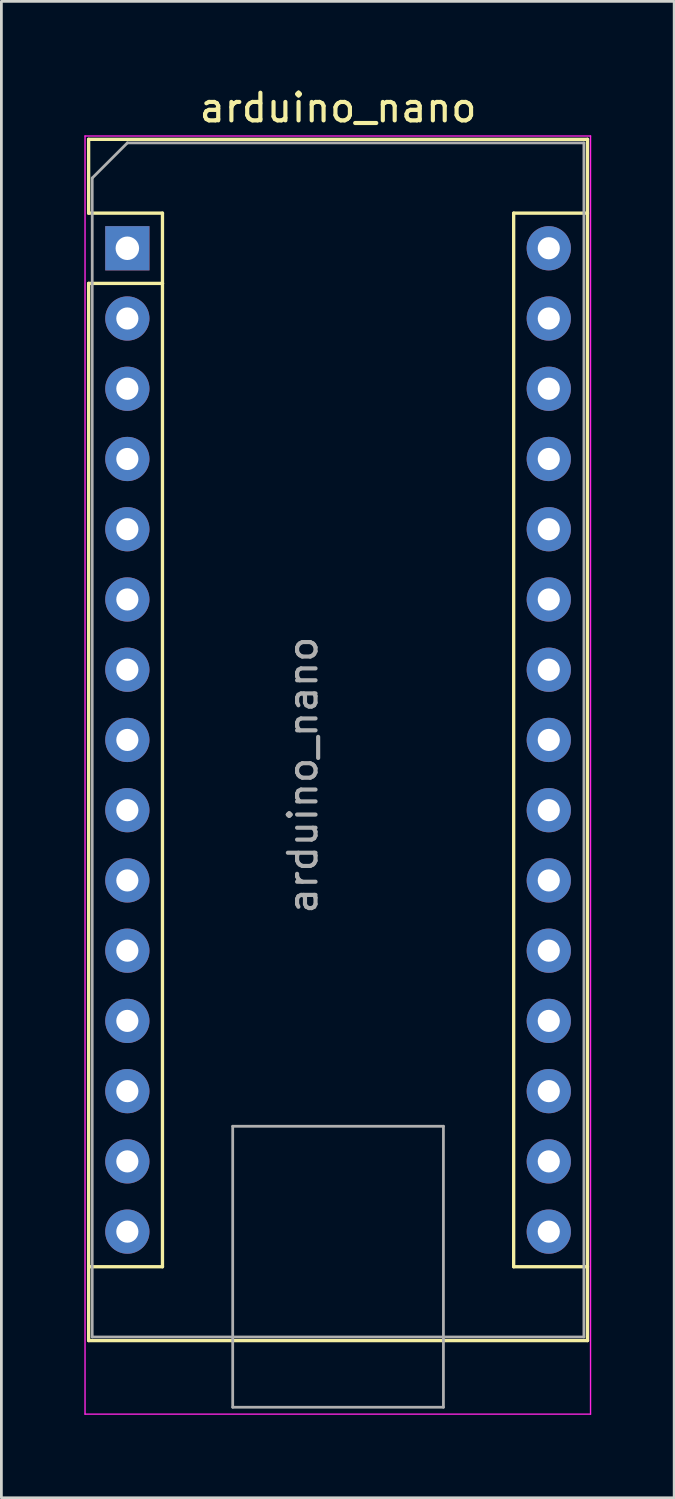
<source format=kicad_pcb>
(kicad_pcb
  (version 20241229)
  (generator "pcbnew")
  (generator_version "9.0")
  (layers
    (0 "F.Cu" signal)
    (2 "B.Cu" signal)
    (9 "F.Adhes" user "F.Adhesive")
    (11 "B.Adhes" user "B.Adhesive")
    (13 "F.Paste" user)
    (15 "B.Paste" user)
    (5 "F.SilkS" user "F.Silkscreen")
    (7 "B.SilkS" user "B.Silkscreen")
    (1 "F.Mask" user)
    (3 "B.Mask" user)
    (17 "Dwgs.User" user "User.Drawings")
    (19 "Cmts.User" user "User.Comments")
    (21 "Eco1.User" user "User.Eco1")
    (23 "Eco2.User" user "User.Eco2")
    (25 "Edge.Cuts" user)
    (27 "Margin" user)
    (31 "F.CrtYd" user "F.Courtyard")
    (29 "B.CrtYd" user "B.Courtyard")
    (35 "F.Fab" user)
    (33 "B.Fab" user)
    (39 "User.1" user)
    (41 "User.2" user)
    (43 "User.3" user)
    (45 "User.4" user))
  (footprint "arduino_nano"
    (layer "F.Cu")
    (at 1.555 5.928)
    (property "Reference" "arduino_nano" (at 7.62 -5.08 0) (layer "F.SilkS") (effects (font (size 1 1) (thickness 0.15))))
    (attr through_hole)
    (fp_line (start -1.4 -3.94) (end -1.4 -1.27) (stroke (width 0.12) (type solid)) (layer "F.SilkS"))
    (fp_line (start -1.4 1.27) (end -1.4 39.5) (stroke (width 0.12) (type solid)) (layer "F.SilkS"))
    (fp_line (start -1.4 39.5) (end 16.64 39.5) (stroke (width 0.12) (type solid)) (layer "F.SilkS"))
    (fp_line (start 1.27 -1.27) (end -1.4 -1.27) (stroke (width 0.12) (type solid)) (layer "F.SilkS"))
    (fp_line (start 1.27 1.27) (end -1.4 1.27) (stroke (width 0.12) (type solid)) (layer "F.SilkS"))
    (fp_line (start 1.27 1.27) (end 1.27 -1.27) (stroke (width 0.12) (type solid)) (layer "F.SilkS"))
    (fp_line (start 1.27 1.27) (end 1.27 36.83) (stroke (width 0.12) (type solid)) (layer "F.SilkS"))
    (fp_line (start 1.27 36.83) (end -1.4 36.83) (stroke (width 0.12) (type solid)) (layer "F.SilkS"))
    (fp_line (start 13.97 -1.27) (end 13.97 36.83) (stroke (width 0.12) (type solid)) (layer "F.SilkS"))
    (fp_line (start 13.97 -1.27) (end 16.64 -1.27) (stroke (width 0.12) (type solid)) (layer "F.SilkS"))
    (fp_line (start 13.97 36.83) (end 16.64 36.83) (stroke (width 0.12) (type solid)) (layer "F.SilkS"))
    (fp_line (start 16.64 -3.94) (end -1.4 -3.94) (stroke (width 0.12) (type solid)) (layer "F.SilkS"))
    (fp_line (start 16.64 39.5) (end 16.64 -3.94) (stroke (width 0.12) (type solid)) (layer "F.SilkS"))
    (fp_line (start -1.53 -4.06) (end -1.53 42.16) (stroke (width 0.05) (type solid)) (layer "F.CrtYd"))
    (fp_line (start -1.53 -4.06) (end 16.75 -4.06) (stroke (width 0.05) (type solid)) (layer "F.CrtYd"))
    (fp_line (start 16.75 42.16) (end -1.53 42.16) (stroke (width 0.05) (type solid)) (layer "F.CrtYd"))
    (fp_line (start 16.75 42.16) (end 16.75 -4.06) (stroke (width 0.05) (type solid)) (layer "F.CrtYd"))
    (fp_line (start -1.27 -2.54) (end 0 -3.81) (stroke (width 0.1) (type solid)) (layer "F.Fab"))
    (fp_line (start -1.27 39.37) (end -1.27 -2.54) (stroke (width 0.1) (type solid)) (layer "F.Fab"))
    (fp_line (start 0 -3.81) (end 16.51 -3.81) (stroke (width 0.1) (type solid)) (layer "F.Fab"))
    (fp_line (start 3.81 31.75) (end 11.43 31.75) (stroke (width 0.1) (type solid)) (layer "F.Fab"))
    (fp_line (start 3.81 41.91) (end 3.81 31.75) (stroke (width 0.1) (type solid)) (layer "F.Fab"))
    (fp_line (start 11.43 31.75) (end 11.43 41.91) (stroke (width 0.1) (type solid)) (layer "F.Fab"))
    (fp_line (start 11.43 41.91) (end 3.81 41.91) (stroke (width 0.1) (type solid)) (layer "F.Fab"))
    (fp_line (start 16.51 -3.81) (end 16.51 39.37) (stroke (width 0.1) (type solid)) (layer "F.Fab"))
    (fp_line (start 16.51 39.37) (end -1.27 39.37) (stroke (width 0.1) (type solid)) (layer "F.Fab"))
    (fp_text user "${REFERENCE}" (at 6.35 19.05 90) (layer "F.Fab") (effects (font (size 1 1) (thickness 0.15))))
    (pad "1" thru_hole rect (at 0 0) (size 1.6 1.6) (drill 0.85) (layers "*.Cu" "*.Mask"))
    (pad "2" thru_hole oval (at 0 2.54) (size 1.6 1.6) (drill 0.8) (layers "*.Cu" "*.Mask"))
    (pad "3" thru_hole oval (at 0 5.08) (size 1.6 1.6) (drill 0.8) (layers "*.Cu" "*.Mask"))
    (pad "4" thru_hole oval (at 0 7.62) (size 1.6 1.6) (drill 0.8) (layers "*.Cu" "*.Mask"))
    (pad "5" thru_hole oval (at 0 10.16) (size 1.6 1.6) (drill 0.8) (layers "*.Cu" "*.Mask"))
    (pad "6" thru_hole oval (at 0 12.7) (size 1.6 1.6) (drill 0.8) (layers "*.Cu" "*.Mask"))
    (pad "7" thru_hole oval (at 0 15.24) (size 1.6 1.6) (drill 0.8) (layers "*.Cu" "*.Mask"))
    (pad "8" thru_hole oval (at 0 17.78) (size 1.6 1.6) (drill 0.8) (layers "*.Cu" "*.Mask"))
    (pad "9" thru_hole oval (at 0 20.32) (size 1.6 1.6) (drill 0.8) (layers "*.Cu" "*.Mask"))
    (pad "10" thru_hole oval (at 0 22.86) (size 1.6 1.6) (drill 0.8) (layers "*.Cu" "*.Mask"))
    (pad "11" thru_hole oval (at 0 25.4) (size 1.6 1.6) (drill 0.8) (layers "*.Cu" "*.Mask"))
    (pad "12" thru_hole oval (at 0 27.94) (size 1.6 1.6) (drill 0.8) (layers "*.Cu" "*.Mask"))
    (pad "13" thru_hole oval (at 0 30.48) (size 1.6 1.6) (drill 0.8) (layers "*.Cu" "*.Mask"))
    (pad "14" thru_hole oval (at 0 33.02) (size 1.6 1.6) (drill 0.8) (layers "*.Cu" "*.Mask"))
    (pad "15" thru_hole oval (at 0 35.56) (size 1.6 1.6) (drill 0.8) (layers "*.Cu" "*.Mask"))
    (pad "16" thru_hole oval (at 15.24 35.56) (size 1.6 1.6) (drill 0.8) (layers "*.Cu" "*.Mask"))
    (pad "17" thru_hole oval (at 15.24 33.02) (size 1.6 1.6) (drill 0.8) (layers "*.Cu" "*.Mask"))
    (pad "18" thru_hole oval (at 15.24 30.48) (size 1.6 1.6) (drill 0.8) (layers "*.Cu" "*.Mask"))
    (pad "19" thru_hole oval (at 15.24 27.94) (size 1.6 1.6) (drill 0.8) (layers "*.Cu" "*.Mask"))
    (pad "20" thru_hole oval (at 15.24 25.4) (size 1.6 1.6) (drill 0.8) (layers "*.Cu" "*.Mask"))
    (pad "21" thru_hole oval (at 15.24 22.86) (size 1.6 1.6) (drill 0.8) (layers "*.Cu" "*.Mask"))
    (pad "22" thru_hole oval (at 15.24 20.32) (size 1.6 1.6) (drill 0.8) (layers "*.Cu" "*.Mask"))
    (pad "23" thru_hole oval (at 15.24 17.78) (size 1.6 1.6) (drill 0.8) (layers "*.Cu" "*.Mask"))
    (pad "24" thru_hole oval (at 15.24 15.24) (size 1.6 1.6) (drill 0.8) (layers "*.Cu" "*.Mask"))
    (pad "25" thru_hole oval (at 15.24 12.7) (size 1.6 1.6) (drill 0.8) (layers "*.Cu" "*.Mask"))
    (pad "26" thru_hole oval (at 15.24 10.16) (size 1.6 1.6) (drill 0.8) (layers "*.Cu" "*.Mask"))
    (pad "27" thru_hole oval (at 15.24 7.62) (size 1.6 1.6) (drill 0.8) (layers "*.Cu" "*.Mask"))
    (pad "28" thru_hole oval (at 15.24 5.08) (size 1.6 1.6) (drill 0.8) (layers "*.Cu" "*.Mask"))
    (pad "29" thru_hole oval (at 15.24 2.54) (size 1.6 1.6) (drill 0.8) (layers "*.Cu" "*.Mask"))
    (pad "30" thru_hole oval (at 15.24 0) (size 1.6 1.6) (drill 0.8) (layers "*.Cu" "*.Mask")))
  (gr_rect
    (start -3 -3)
    (end 21.33 51.113)
    (stroke (width 0.1) (type default))
    (fill no)
    (layer "Edge.Cuts")))
</source>
